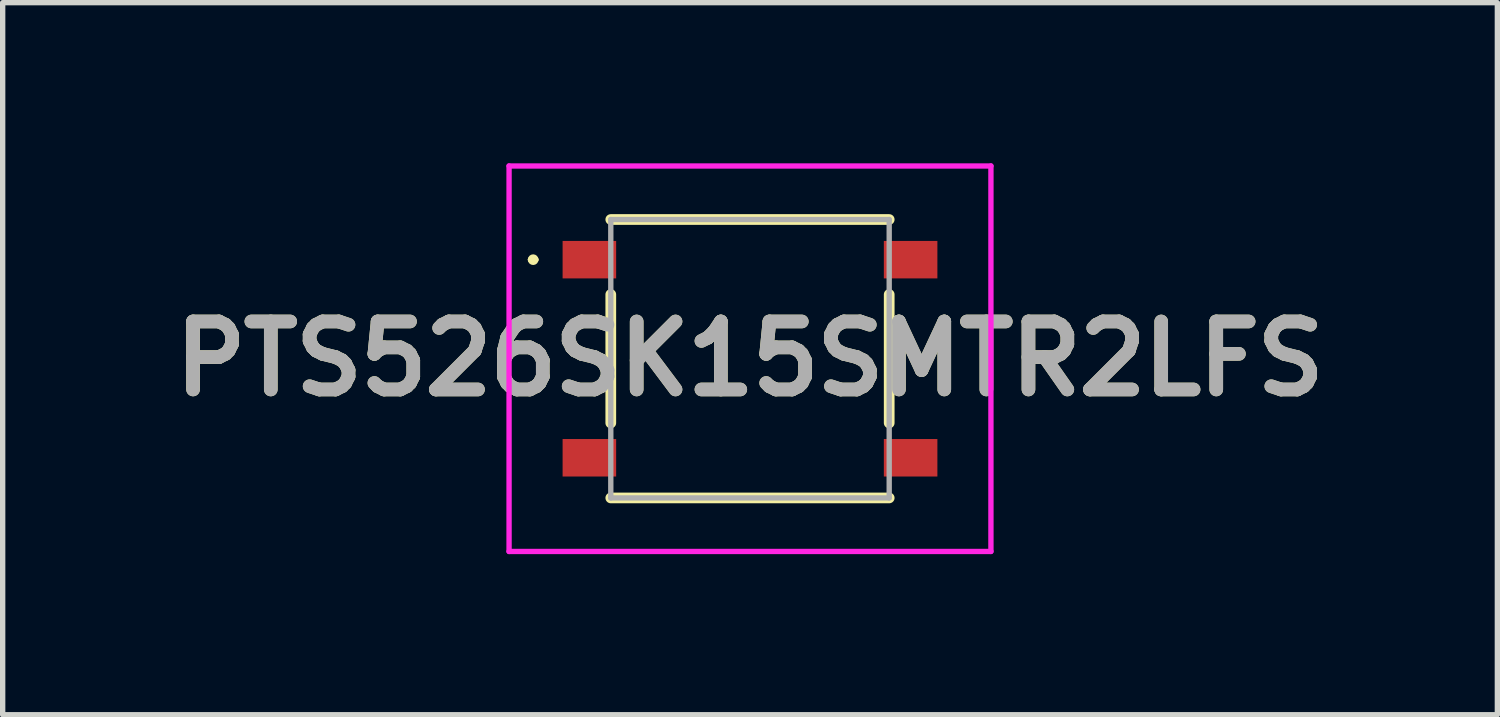
<source format=kicad_pcb>
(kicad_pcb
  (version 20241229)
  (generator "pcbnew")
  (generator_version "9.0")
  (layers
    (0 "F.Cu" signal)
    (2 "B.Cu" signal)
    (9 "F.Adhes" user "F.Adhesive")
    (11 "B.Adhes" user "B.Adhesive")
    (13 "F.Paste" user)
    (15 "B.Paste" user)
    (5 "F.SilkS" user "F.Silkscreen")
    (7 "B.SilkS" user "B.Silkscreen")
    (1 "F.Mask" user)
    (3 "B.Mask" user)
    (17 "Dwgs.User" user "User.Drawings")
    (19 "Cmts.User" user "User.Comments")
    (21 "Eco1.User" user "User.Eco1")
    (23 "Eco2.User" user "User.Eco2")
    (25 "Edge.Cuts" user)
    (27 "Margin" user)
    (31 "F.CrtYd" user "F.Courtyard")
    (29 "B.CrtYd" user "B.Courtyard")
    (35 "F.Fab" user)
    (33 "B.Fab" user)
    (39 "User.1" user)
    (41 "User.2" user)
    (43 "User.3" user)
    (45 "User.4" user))
  (footprint "PTS526SK15SMTR2LFS"
    (layer "F.Cu")
    (at 10.958 3.65)
    (property "Reference" "PTS526SK15SMTR2LFS" (at 0 0 0) (layer "F.SilkS") (effects (font (size 1.27 1.27) (thickness 0.254))))
    (attr smd)
    (fp_line (start -4.1 -1.85) (end -4.1 -1.85) (stroke (width 0.1) (type solid)) (layer "F.SilkS"))
    (fp_line (start -4 -1.85) (end -4 -1.85) (stroke (width 0.1) (type solid)) (layer "F.SilkS"))
    (fp_line (start -2.6 -2.6) (end 2.6 -2.6) (stroke (width 0.2) (type solid)) (layer "F.SilkS"))
    (fp_line (start -2.6 -1.2) (end -2.6 1.2) (stroke (width 0.2) (type solid)) (layer "F.SilkS"))
    (fp_line (start -2.6 2.6) (end 2.6 2.6) (stroke (width 0.2) (type solid)) (layer "F.SilkS"))
    (fp_line (start 2.6 -1.2) (end 2.6 1.2) (stroke (width 0.2) (type solid)) (layer "F.SilkS"))
    (fp_arc (start -4.1 -1.85) (mid -4.05 -1.9) (end -4 -1.85) (stroke (width 0.1) (type solid)) (layer "F.SilkS"))
    (fp_arc (start -4 -1.85) (mid -4.05 -1.8) (end -4.1 -1.85) (stroke (width 0.1) (type solid)) (layer "F.SilkS"))
    (fp_line (start -4.5 -3.6) (end 4.5 -3.6) (stroke (width 0.1) (type solid)) (layer "F.CrtYd"))
    (fp_line (start -4.5 3.6) (end -4.5 -3.6) (stroke (width 0.1) (type solid)) (layer "F.CrtYd"))
    (fp_line (start 4.5 -3.6) (end 4.5 3.6) (stroke (width 0.1) (type solid)) (layer "F.CrtYd"))
    (fp_line (start 4.5 3.6) (end -4.5 3.6) (stroke (width 0.1) (type solid)) (layer "F.CrtYd"))
    (fp_line (start -2.6 -2.6) (end -2.6 2.6) (stroke (width 0.1) (type solid)) (layer "F.Fab"))
    (fp_line (start -2.6 2.6) (end 2.6 2.6) (stroke (width 0.1) (type solid)) (layer "F.Fab"))
    (fp_line (start 2.6 -2.6) (end -2.6 -2.6) (stroke (width 0.1) (type solid)) (layer "F.Fab"))
    (fp_line (start 2.6 2.6) (end 2.6 -2.6) (stroke (width 0.1) (type solid)) (layer "F.Fab"))
    (fp_text user "${REFERENCE}" (at 0 0 0) (layer "F.Fab") (effects (font (size 1.27 1.27) (thickness 0.254))))
    (pad "1" smd rect (at -3 -1.85 90) (size 0.7 1) (layers "F.Cu" "F.Mask" "F.Paste"))
    (pad "2" smd rect (at 3 -1.85 90) (size 0.7 1) (layers "F.Cu" "F.Mask" "F.Paste"))
    (pad "3" smd rect (at -3 1.85 90) (size 0.7 1) (layers "F.Cu" "F.Mask" "F.Paste"))
    (pad "4" smd rect (at 3 1.85 90) (size 0.7 1) (layers "F.Cu" "F.Mask" "F.Paste")))
  (gr_rect
    (start -3 -3)
    (end 24.917 10.3)
    (stroke (width 0.1) (type default))
    (fill no)
    (layer "Edge.Cuts")))
</source>
